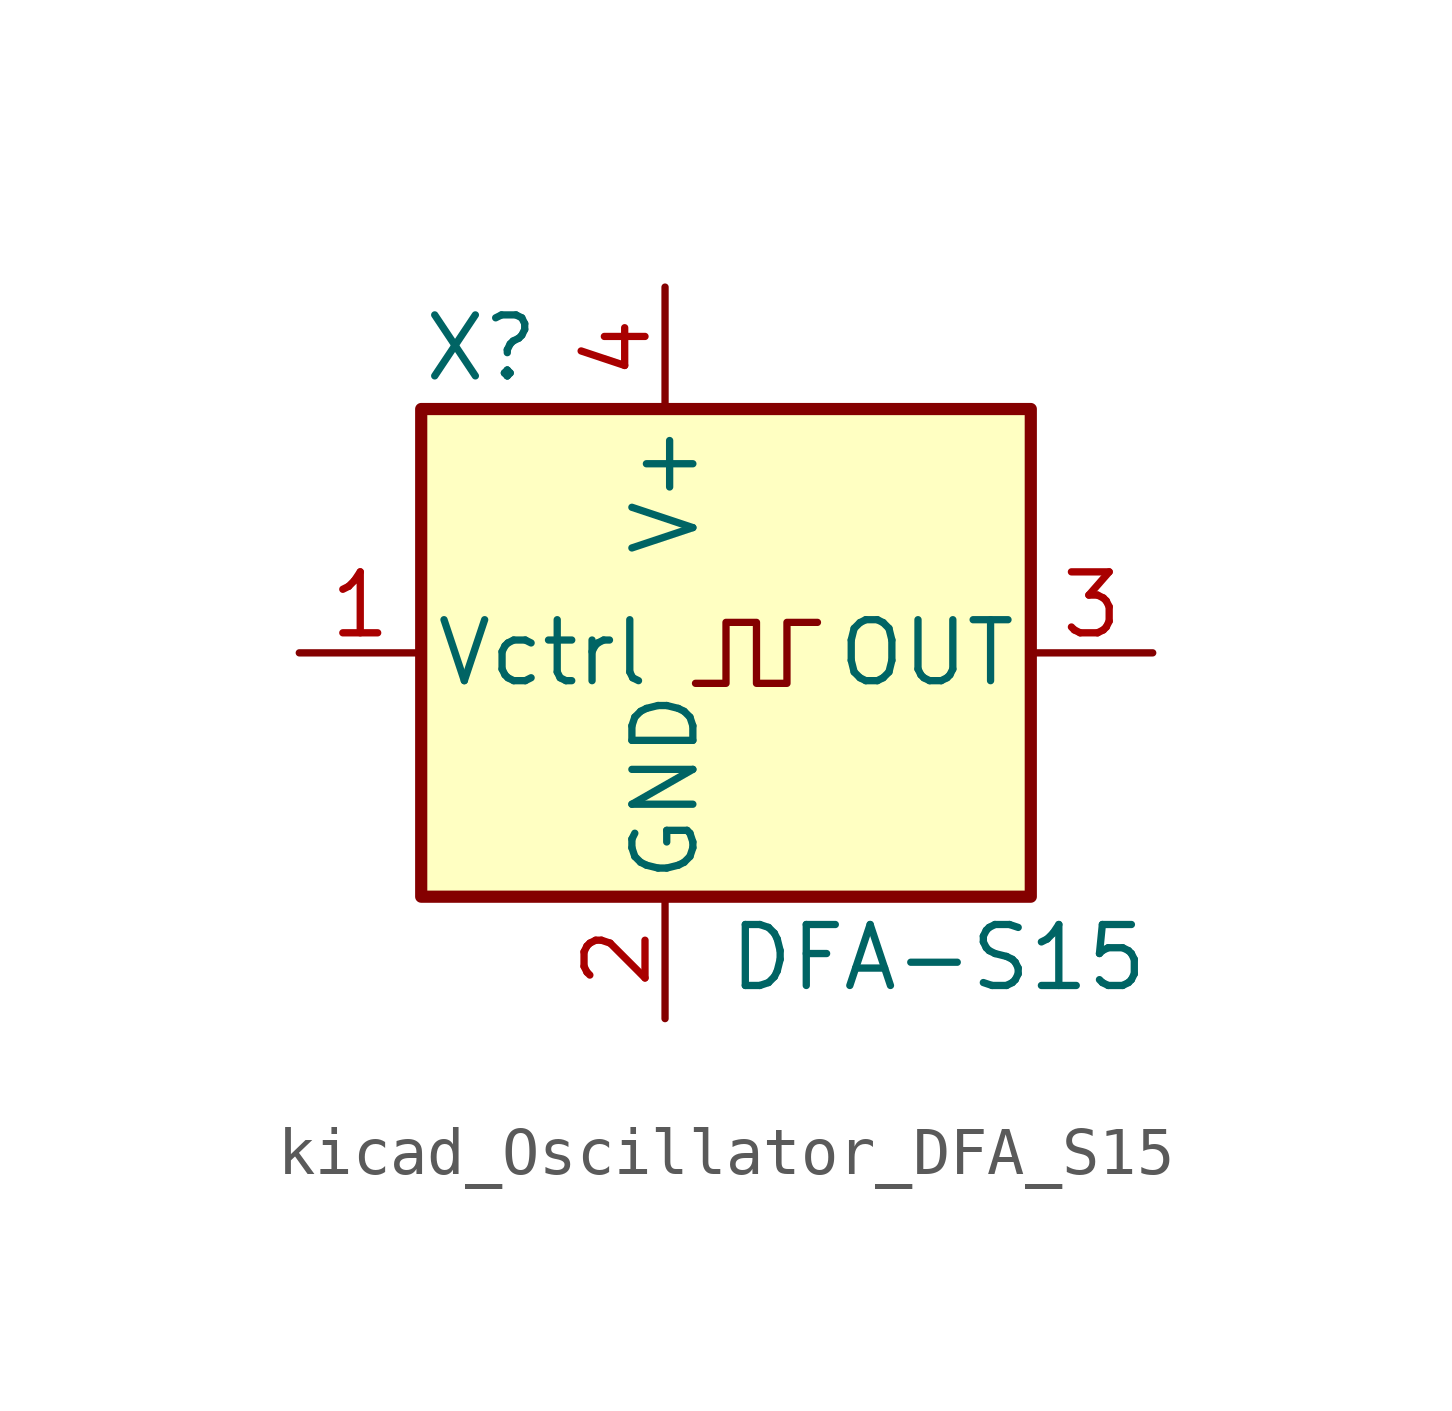
<source format=kicad_sym>
(kicad_symbol_lib
  (version 20220914)
  (generator kicad_symbol_editor)
  (symbol "kicad_Oscillator_DFA_S15"
    (pin_names
      (offset 0.254))
    (property "Reference" "X"
      (at -5.08 6.35 0)
      (effects (font (size 1.27 1.27)) (justify left)))
    (property "Value" "DFA-S15"
      (at 1.27 -6.35 0)
      (effects (font (size 1.27 1.27)) (justify left)))
    (symbol "kicad_Oscillator_DFA_S15_0_1"
      (rectangle (start -5.08 5.08) (end 7.62 -5.08) (stroke (width 0.254) (type default)) (fill (type background)))
      (polyline (pts (xy 0.635 -0.635) (xy 1.27 -0.635) (xy 1.27 0.635) (xy 1.905 0.635) (xy 1.905 -0.635) (xy 2.54 -0.635) (xy 2.54 0.635) (xy 3.175 0.635)) (stroke (width 0) (type default)) (fill (type none))))
    (symbol "kicad_Oscillator_DFA_S15_1_1"
      (pin input line (at -7.62 0 0) (length 2.54) (name "Vctrl" (effects (font (size 1.27 1.27)))) (number "1" (effects (font (size 1.27 1.27)))))
      (pin power_in line (at 0 -7.62 90) (length 2.54) (name "GND" (effects (font (size 1.27 1.27)))) (number "2" (effects (font (size 1.27 1.27)))))
      (pin output line (at 10.16 0 180) (length 2.54) (name "OUT" (effects (font (size 1.27 1.27)))) (number "3" (effects (font (size 1.27 1.27)))))
      (pin power_in line (at 0 7.62 270) (length 2.54) (name "V+" (effects (font (size 1.27 1.27)))) (number "4" (effects (font (size 1.27 1.27))))))))
</source>
